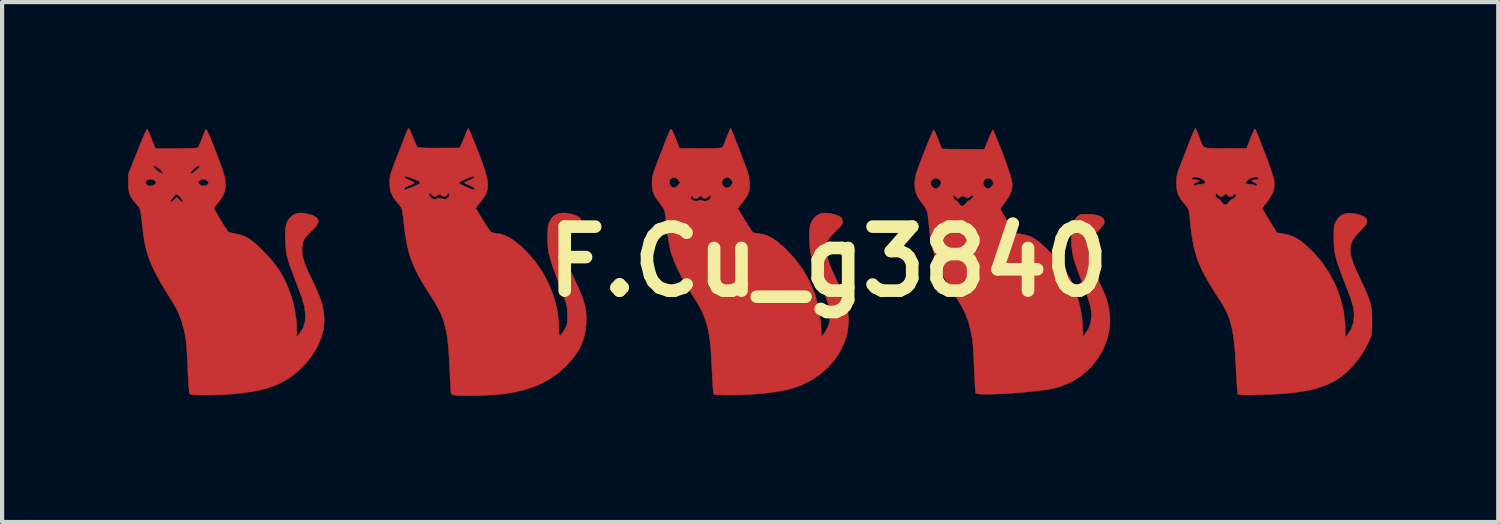
<source format=kicad_pcb>
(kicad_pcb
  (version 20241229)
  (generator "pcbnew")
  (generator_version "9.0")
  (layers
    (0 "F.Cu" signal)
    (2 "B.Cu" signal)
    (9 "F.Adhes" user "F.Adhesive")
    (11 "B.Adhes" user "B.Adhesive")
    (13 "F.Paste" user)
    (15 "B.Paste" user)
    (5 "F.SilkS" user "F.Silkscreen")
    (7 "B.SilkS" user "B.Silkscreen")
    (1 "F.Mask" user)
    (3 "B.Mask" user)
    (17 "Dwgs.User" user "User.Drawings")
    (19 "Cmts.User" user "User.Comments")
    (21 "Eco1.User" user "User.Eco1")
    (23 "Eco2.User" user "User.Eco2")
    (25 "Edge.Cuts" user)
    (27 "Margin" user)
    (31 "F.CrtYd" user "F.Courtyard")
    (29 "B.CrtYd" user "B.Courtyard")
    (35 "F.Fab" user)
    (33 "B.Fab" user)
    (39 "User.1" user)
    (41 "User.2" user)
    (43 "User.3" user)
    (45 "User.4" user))
  (footprint "F.Cu_g3840"
    (layer "F.Cu")
    (at 16.672 3.18)
    (property "Reference" "F.Cu_g3840" (at 0 0 0) (layer "F.SilkS") (effects (font (size 1.524 1.524) (thickness 0.3))))
    (attr through_hole)
    (fp_poly (pts (xy -2.318 -3.156) (xy -2.295 -3.104) (xy -2.262 -3.024) (xy -2.221 -2.923) (xy -2.175 -2.807) (xy -2.126 -2.682) (xy -2.077 -2.555) (xy -2.029 -2.43) (xy -1.987 -2.315) (xy -1.95 -2.216) (xy -1.934 -2.17) (xy -1.895 -2.035) (xy -1.877 -1.91) (xy -1.874 -1.841) (xy -1.877 -1.745) (xy -1.891 -1.666) (xy -1.92 -1.593) (xy -1.969 -1.513) (xy -2.042 -1.417) (xy -2.054 -1.402) (xy -2.16 -1.271) (xy -1.988 -0.99) (xy -1.927 -0.893) (xy -1.873 -0.808) (xy -1.83 -0.743) (xy -1.802 -0.704) (xy -1.795 -0.696) (xy -1.763 -0.686) (xy -1.704 -0.675) (xy -1.659 -0.669) (xy -1.544 -0.649) (xy -1.437 -0.613) (xy -1.331 -0.558) (xy -1.219 -0.48) (xy -1.093 -0.374) (xy -1.021 -0.307) (xy -0.789 -0.061) (xy -0.593 0.208) (xy -0.433 0.497) (xy -0.31 0.805) (xy -0.226 1.13) (xy -0.18 1.47) (xy -0.176 1.533) (xy -0.163 1.785) (xy -0.121 1.734) (xy -0.088 1.686) (xy -0.047 1.618) (xy -0.025 1.577) (xy 0.003 1.518) (xy 0.019 1.462) (xy 0.028 1.394) (xy 0.03 1.302) (xy 0.03 1.281) (xy 0.03 1.223) (xy 0.027 1.171) (xy 0.021 1.119) (xy 0.01 1.063) (xy -0.007 0.998) (xy -0.032 0.919) (xy -0.067 0.82) (xy -0.112 0.696) (xy -0.17 0.544) (xy -0.241 0.356) (xy -0.242 0.353) (xy -0.308 0.177) (xy -0.359 0.032) (xy -0.396 -0.092) (xy -0.422 -0.202) (xy -0.438 -0.308) (xy -0.448 -0.418) (xy -0.452 -0.54) (xy -0.452 -0.55) (xy -0.452 -0.674) (xy -0.448 -0.766) (xy -0.439 -0.835) (xy -0.425 -0.892) (xy -0.417 -0.914) (xy -0.361 -1.015) (xy -0.282 -1.095) (xy -0.191 -1.146) (xy -0.156 -1.156) (xy -0.071 -1.16) (xy 0.034 -1.148) (xy 0.142 -1.125) (xy 0.237 -1.092) (xy 0.25 -1.086) (xy 0.302 -1.054) (xy 0.327 -1.017) (xy 0.335 -0.967) (xy 0.336 -0.928) (xy 0.328 -0.895) (xy 0.306 -0.86) (xy 0.265 -0.814) (xy 0.2 -0.749) (xy 0.184 -0.734) (xy 0.114 -0.663) (xy 0.052 -0.595) (xy 0.009 -0.541) (xy -0.005 -0.519) (xy -0.041 -0.427) (xy -0.056 -0.327) (xy -0.05 -0.216) (xy -0.022 -0.087) (xy 0.028 0.062) (xy 0.102 0.239) (xy 0.169 0.381) (xy 0.257 0.566) (xy 0.326 0.723) (xy 0.379 0.858) (xy 0.418 0.979) (xy 0.447 1.094) (xy 0.467 1.21) (xy 0.468 1.219) (xy 0.48 1.453) (xy 0.453 1.685) (xy 0.387 1.91) (xy 0.287 2.126) (xy 0.154 2.329) (xy -0.008 2.516) (xy -0.199 2.682) (xy -0.414 2.826) (xy -0.652 2.942) (xy -0.794 2.994) (xy -0.935 3.036) (xy -1.088 3.071) (xy -1.26 3.1) (xy -1.461 3.126) (xy -1.627 3.144) (xy -1.742 3.153) (xy -1.874 3.161) (xy -2.016 3.167) (xy -2.161 3.171) (xy -2.303 3.174) (xy -2.434 3.175) (xy -2.549 3.173) (xy -2.64 3.17) (xy -2.701 3.165) (xy -2.723 3.159) (xy -2.732 3.132) (xy -2.742 3.064) (xy -2.751 2.954) (xy -2.76 2.802) (xy -2.77 2.608) (xy -2.772 2.561) (xy -2.783 2.33) (xy -2.795 2.135) (xy -2.809 1.969) (xy -2.826 1.827) (xy -2.846 1.702) (xy -2.87 1.588) (xy -2.9 1.479) (xy -2.914 1.432) (xy -2.951 1.323) (xy -2.992 1.222) (xy -3.041 1.121) (xy -3.102 1.01) (xy -3.181 0.881) (xy -3.26 0.76) (xy -3.387 0.555) (xy -3.502 0.348) (xy -3.603 0.148) (xy -3.683 -0.038) (xy -3.741 -0.203) (xy -3.756 -0.255) (xy -3.781 -0.369) (xy -3.806 -0.506) (xy -3.831 -0.672) (xy -3.856 -0.869) (xy -3.882 -1.104) (xy -3.885 -1.126) (xy -3.895 -1.194) (xy -3.915 -1.25) (xy -3.95 -1.308) (xy -4.005 -1.38) (xy -4.09 -1.493) (xy -4.115 -1.536) (xy -3.281 -1.536) (xy -3.263 -1.487) (xy -3.216 -1.454) (xy -3.153 -1.441) (xy -3.085 -1.453) (xy -3.069 -1.461) (xy -3.029 -1.47) (xy -3.016 -1.461) (xy -2.988 -1.446) (xy -2.937 -1.439) (xy -2.934 -1.439) (xy -2.869 -1.453) (xy -2.822 -1.486) (xy -2.8 -1.531) (xy -2.804 -1.56) (xy -2.817 -1.584) (xy -2.834 -1.575) (xy -2.851 -1.55) (xy -2.892 -1.516) (xy -2.941 -1.503) (xy -2.982 -1.515) (xy -2.998 -1.535) (xy -3.025 -1.563) (xy -3.04 -1.566) (xy -3.074 -1.549) (xy -3.083 -1.535) (xy -3.111 -1.511) (xy -3.154 -1.503) (xy -3.202 -1.513) (xy -3.225 -1.535) (xy -3.248 -1.562) (xy -3.272 -1.561) (xy -3.281 -1.536) (xy -4.115 -1.536) (xy -4.147 -1.59) (xy -4.181 -1.684) (xy -4.197 -1.786) (xy -4.199 -1.864) (xy -3.785 -1.864) (xy -3.764 -1.809) (xy -3.721 -1.771) (xy -3.665 -1.761) (xy -3.617 -1.782) (xy -3.571 -1.824) (xy -3.57 -1.826) (xy -3.527 -1.884) (xy -2.54 -1.884) (xy -2.526 -1.838) (xy -2.498 -1.799) (xy -2.452 -1.767) (xy -2.413 -1.757) (xy -2.367 -1.771) (xy -2.328 -1.799) (xy -2.297 -1.845) (xy -2.286 -1.884) (xy -2.3 -1.93) (xy -2.328 -1.968) (xy -2.374 -2) (xy -2.413 -2.011) (xy -2.459 -1.996) (xy -2.498 -1.968) (xy -2.529 -1.922) (xy -2.54 -1.884) (xy -3.527 -1.884) (xy -3.57 -1.942) (xy -3.626 -1.993) (xy -3.687 -2.006) (xy -3.745 -1.98) (xy -3.748 -1.978) (xy -3.782 -1.925) (xy -3.785 -1.864) (xy -4.199 -1.864) (xy -4.199 -1.873) (xy -4.199 -1.925) (xy -4.195 -1.972) (xy -4.188 -2.019) (xy -4.176 -2.073) (xy -4.156 -2.14) (xy -4.126 -2.224) (xy -4.086 -2.332) (xy -4.033 -2.47) (xy -3.99 -2.582) (xy -3.934 -2.726) (xy -3.882 -2.857) (xy -3.837 -2.97) (xy -3.799 -3.06) (xy -3.772 -3.121) (xy -3.758 -3.149) (xy -3.757 -3.149) (xy -3.743 -3.153) (xy -3.725 -3.132) (xy -3.699 -3.083) (xy -3.664 -3) (xy -3.639 -2.938) (xy -3.545 -2.699) (xy -3.042 -2.697) (xy -2.855 -2.697) (xy -2.71 -2.7) (xy -2.606 -2.704) (xy -2.543 -2.711) (xy -2.522 -2.718) (xy -2.507 -2.746) (xy -2.482 -2.805) (xy -2.45 -2.885) (xy -2.422 -2.958) (xy -2.388 -3.046) (xy -2.358 -3.116) (xy -2.337 -3.162) (xy -2.328 -3.175) (xy -2.318 -3.156)) (stroke (width 0.01) (type solid)) (fill yes) (layer "F.Cu"))
    (fp_poly (pts (xy 3.922 -3.14) (xy 3.933 -3.116) (xy 3.957 -3.058) (xy 3.991 -2.974) (xy 4.033 -2.87) (xy 4.08 -2.753) (xy 4.081 -2.752) (xy 4.163 -2.539) (xy 4.235 -2.346) (xy 4.293 -2.176) (xy 4.338 -2.033) (xy 4.367 -1.919) (xy 4.381 -1.84) (xy 4.381 -1.824) (xy 4.364 -1.7) (xy 4.311 -1.571) (xy 4.221 -1.433) (xy 4.202 -1.409) (xy 4.146 -1.337) (xy 4.114 -1.289) (xy 4.102 -1.256) (xy 4.106 -1.229) (xy 4.111 -1.22) (xy 4.141 -1.166) (xy 4.184 -1.094) (xy 4.236 -1.009) (xy 4.291 -0.921) (xy 4.344 -0.837) (xy 4.391 -0.765) (xy 4.427 -0.712) (xy 4.446 -0.687) (xy 4.447 -0.686) (xy 4.478 -0.677) (xy 4.537 -0.665) (xy 4.607 -0.654) (xy 4.715 -0.632) (xy 4.816 -0.596) (xy 4.917 -0.541) (xy 5.023 -0.464) (xy 5.143 -0.359) (xy 5.252 -0.255) (xy 5.451 -0.042) (xy 5.614 0.169) (xy 5.748 0.386) (xy 5.784 0.455) (xy 5.872 0.659) (xy 5.947 0.89) (xy 6.004 1.131) (xy 6.041 1.37) (xy 6.055 1.583) (xy 6.055 1.789) (xy 6.118 1.715) (xy 6.192 1.6) (xy 6.243 1.46) (xy 6.265 1.312) (xy 6.265 1.285) (xy 6.262 1.205) (xy 6.249 1.119) (xy 6.227 1.021) (xy 6.192 0.905) (xy 6.144 0.764) (xy 6.08 0.595) (xy 6.043 0.498) (xy 5.971 0.311) (xy 5.914 0.157) (xy 5.871 0.027) (xy 5.838 -0.085) (xy 5.815 -0.187) (xy 5.8 -0.285) (xy 5.79 -0.386) (xy 5.784 -0.488) (xy 5.781 -0.653) (xy 5.79 -0.783) (xy 5.811 -0.886) (xy 5.846 -0.969) (xy 5.896 -1.038) (xy 5.916 -1.059) (xy 5.956 -1.095) (xy 5.99 -1.117) (xy 6.032 -1.128) (xy 6.093 -1.132) (xy 6.166 -1.132) (xy 6.31 -1.124) (xy 6.426 -1.099) (xy 6.51 -1.059) (xy 6.56 -1.007) (xy 6.573 -0.943) (xy 6.564 -0.905) (xy 6.541 -0.869) (xy 6.495 -0.815) (xy 6.434 -0.75) (xy 6.403 -0.72) (xy 6.304 -0.615) (xy 6.237 -0.522) (xy 6.198 -0.43) (xy 6.182 -0.331) (xy 6.181 -0.295) (xy 6.186 -0.2) (xy 6.203 -0.102) (xy 6.234 0.006) (xy 6.281 0.131) (xy 6.348 0.28) (xy 6.406 0.401) (xy 6.483 0.561) (xy 6.543 0.691) (xy 6.589 0.801) (xy 6.624 0.898) (xy 6.651 0.991) (xy 6.673 1.087) (xy 6.679 1.118) (xy 6.705 1.359) (xy 6.691 1.602) (xy 6.638 1.842) (xy 6.548 2.074) (xy 6.422 2.295) (xy 6.262 2.498) (xy 6.216 2.546) (xy 6.014 2.722) (xy 5.79 2.862) (xy 5.545 2.966) (xy 5.413 3.005) (xy 5.31 3.027) (xy 5.181 3.049) (xy 5.033 3.069) (xy 4.869 3.088) (xy 4.695 3.106) (xy 4.516 3.121) (xy 4.337 3.134) (xy 4.163 3.145) (xy 3.999 3.152) (xy 3.85 3.156) (xy 3.721 3.156) (xy 3.618 3.153) (xy 3.545 3.145) (xy 3.507 3.132) (xy 3.504 3.127) (xy 3.5 3.1) (xy 3.496 3.036) (xy 3.491 2.941) (xy 3.484 2.822) (xy 3.478 2.683) (xy 3.471 2.531) (xy 3.471 2.529) (xy 3.463 2.333) (xy 3.455 2.172) (xy 3.446 2.039) (xy 3.436 1.928) (xy 3.424 1.831) (xy 3.409 1.741) (xy 3.39 1.653) (xy 3.367 1.557) (xy 3.354 1.507) (xy 3.317 1.382) (xy 3.273 1.264) (xy 3.216 1.143) (xy 3.143 1.011) (xy 3.05 0.858) (xy 3.001 0.783) (xy 2.852 0.546) (xy 2.729 0.33) (xy 2.63 0.126) (xy 2.552 -0.073) (xy 2.491 -0.276) (xy 2.445 -0.492) (xy 2.409 -0.729) (xy 2.393 -0.878) (xy 2.379 -1.008) (xy 2.368 -1.104) (xy 2.355 -1.176) (xy 2.338 -1.231) (xy 2.314 -1.278) (xy 2.281 -1.326) (xy 2.236 -1.384) (xy 2.233 -1.388) (xy 2.147 -1.508) (xy 2.125 -1.551) (xy 2.967 -1.551) (xy 2.983 -1.51) (xy 3.011 -1.474) (xy 3.036 -1.46) (xy 3.067 -1.443) (xy 3.098 -1.402) (xy 3.1 -1.399) (xy 3.143 -1.341) (xy 3.192 -1.325) (xy 3.243 -1.351) (xy 3.289 -1.407) (xy 3.321 -1.445) (xy 3.348 -1.46) (xy 3.387 -1.476) (xy 3.426 -1.512) (xy 3.449 -1.551) (xy 3.45 -1.559) (xy 3.438 -1.585) (xy 3.406 -1.578) (xy 3.364 -1.544) (xy 3.329 -1.515) (xy 3.3 -1.515) (xy 3.27 -1.533) (xy 3.214 -1.562) (xy 3.173 -1.559) (xy 3.14 -1.535) (xy 3.103 -1.507) (xy 3.069 -1.512) (xy 3.028 -1.549) (xy 2.994 -1.577) (xy 2.971 -1.581) (xy 2.971 -1.581) (xy 2.967 -1.551) (xy 2.125 -1.551) (xy 2.091 -1.618) (xy 2.062 -1.731) (xy 2.056 -1.86) (xy 2.058 -1.901) (xy 2.439 -1.901) (xy 2.439 -1.841) (xy 2.469 -1.786) (xy 2.523 -1.748) (xy 2.567 -1.737) (xy 2.592 -1.75) (xy 2.631 -1.782) (xy 2.636 -1.788) (xy 2.678 -1.84) (xy 2.678 -1.843) (xy 3.689 -1.843) (xy 3.718 -1.786) (xy 3.725 -1.778) (xy 3.777 -1.742) (xy 3.826 -1.744) (xy 3.883 -1.785) (xy 3.886 -1.789) (xy 3.924 -1.849) (xy 3.92 -1.91) (xy 3.878 -1.963) (xy 3.819 -1.99) (xy 3.763 -1.983) (xy 3.718 -1.95) (xy 3.691 -1.901) (xy 3.689 -1.843) (xy 2.678 -1.843) (xy 2.684 -1.886) (xy 2.656 -1.941) (xy 2.655 -1.943) (xy 2.606 -1.981) (xy 2.542 -1.987) (xy 2.481 -1.961) (xy 2.473 -1.955) (xy 2.439 -1.901) (xy 2.058 -1.901) (xy 2.058 -1.901) (xy 2.062 -1.954) (xy 2.069 -2.006) (xy 2.082 -2.063) (xy 2.101 -2.13) (xy 2.13 -2.214) (xy 2.169 -2.321) (xy 2.22 -2.456) (xy 2.277 -2.601) (xy 2.333 -2.742) (xy 2.385 -2.869) (xy 2.43 -2.977) (xy 2.467 -3.06) (xy 2.494 -3.115) (xy 2.508 -3.135) (xy 2.508 -3.135) (xy 2.524 -3.115) (xy 2.55 -3.064) (xy 2.582 -2.989) (xy 2.611 -2.916) (xy 2.645 -2.827) (xy 2.676 -2.754) (xy 2.699 -2.704) (xy 2.709 -2.688) (xy 2.734 -2.685) (xy 2.796 -2.683) (xy 2.887 -2.68) (xy 3.003 -2.679) (xy 3.136 -2.678) (xy 3.221 -2.678) (xy 3.715 -2.678) (xy 3.812 -2.919) (xy 3.851 -3.009) (xy 3.884 -3.08) (xy 3.908 -3.127) (xy 3.921 -3.141) (xy 3.922 -3.14)) (stroke (width 0.01) (type solid)) (fill yes) (layer "F.Cu"))
    (fp_poly (pts (xy -14.806 -3.146) (xy -14.782 -3.099) (xy -14.748 -3.023) (xy -14.706 -2.926) (xy -14.66 -2.812) (xy -14.61 -2.688) (xy -14.56 -2.56) (xy -14.512 -2.433) (xy -14.468 -2.313) (xy -14.43 -2.207) (xy -14.416 -2.162) (xy -14.368 -1.985) (xy -14.352 -1.83) (xy -14.368 -1.692) (xy -14.418 -1.563) (xy -14.502 -1.438) (xy -14.539 -1.394) (xy -14.585 -1.338) (xy -14.616 -1.294) (xy -14.626 -1.272) (xy -14.616 -1.246) (xy -14.587 -1.193) (xy -14.546 -1.12) (xy -14.496 -1.035) (xy -14.443 -0.947) (xy -14.391 -0.863) (xy -14.345 -0.791) (xy -14.31 -0.74) (xy -14.295 -0.72) (xy -14.26 -0.701) (xy -14.197 -0.681) (xy -14.119 -0.664) (xy -14.116 -0.664) (xy -14.009 -0.641) (xy -13.913 -0.609) (xy -13.822 -0.564) (xy -13.729 -0.501) (xy -13.626 -0.415) (xy -13.506 -0.301) (xy -13.47 -0.266) (xy -13.295 -0.082) (xy -13.152 0.093) (xy -13.033 0.269) (xy -12.932 0.456) (xy -12.887 0.555) (xy -12.783 0.835) (xy -12.709 1.123) (xy -12.666 1.408) (xy -12.657 1.598) (xy -12.656 1.789) (xy -12.593 1.715) (xy -12.508 1.584) (xy -12.46 1.432) (xy -12.449 1.259) (xy -12.475 1.066) (xy -12.536 0.857) (xy -12.572 0.757) (xy -12.618 0.632) (xy -12.669 0.497) (xy -12.718 0.365) (xy -12.729 0.338) (xy -12.789 0.178) (xy -12.835 0.048) (xy -12.869 -0.06) (xy -12.893 -0.156) (xy -12.909 -0.249) (xy -12.919 -0.347) (xy -12.926 -0.459) (xy -12.927 -0.504) (xy -12.93 -0.659) (xy -12.925 -0.78) (xy -12.911 -0.874) (xy -12.885 -0.95) (xy -12.846 -1.014) (xy -12.807 -1.059) (xy -12.728 -1.123) (xy -12.636 -1.156) (xy -12.524 -1.159) (xy -12.447 -1.148) (xy -12.309 -1.115) (xy -12.213 -1.073) (xy -12.157 -1.022) (xy -12.142 -0.96) (xy -12.168 -0.886) (xy -12.233 -0.8) (xy -12.311 -0.724) (xy -12.407 -0.629) (xy -12.472 -0.544) (xy -12.511 -0.457) (xy -12.528 -0.359) (xy -12.531 -0.29) (xy -12.525 -0.194) (xy -12.507 -0.092) (xy -12.473 0.021) (xy -12.423 0.152) (xy -12.354 0.306) (xy -12.28 0.457) (xy -12.181 0.666) (xy -12.106 0.851) (xy -12.053 1.017) (xy -12.02 1.174) (xy -12.004 1.329) (xy -12.002 1.417) (xy -12.022 1.619) (xy -12.08 1.826) (xy -12.172 2.034) (xy -12.296 2.237) (xy -12.447 2.429) (xy -12.623 2.605) (xy -12.765 2.719) (xy -12.923 2.824) (xy -13.093 2.913) (xy -13.279 2.986) (xy -13.487 3.046) (xy -13.722 3.094) (xy -13.989 3.131) (xy -14.213 3.153) (xy -14.326 3.161) (xy -14.455 3.167) (xy -14.591 3.171) (xy -14.73 3.173) (xy -14.862 3.174) (xy -14.982 3.172) (xy -15.082 3.169) (xy -15.155 3.164) (xy -15.193 3.157) (xy -15.196 3.156) (xy -15.205 3.141) (xy -15.214 3.106) (xy -15.222 3.049) (xy -15.229 2.964) (xy -15.237 2.847) (xy -15.245 2.696) (xy -15.252 2.547) (xy -15.261 2.356) (xy -15.269 2.201) (xy -15.277 2.075) (xy -15.284 1.974) (xy -15.292 1.889) (xy -15.302 1.816) (xy -15.314 1.748) (xy -15.329 1.679) (xy -15.347 1.602) (xy -15.358 1.559) (xy -15.401 1.409) (xy -15.452 1.268) (xy -15.518 1.127) (xy -15.603 0.976) (xy -15.711 0.804) (xy -15.718 0.794) (xy -15.792 0.675) (xy -15.875 0.535) (xy -15.957 0.39) (xy -16.028 0.257) (xy -16.034 0.243) (xy -16.118 0.067) (xy -16.185 -0.101) (xy -16.237 -0.272) (xy -16.278 -0.455) (xy -16.31 -0.663) (xy -16.33 -0.826) (xy -16.345 -0.971) (xy -16.358 -1.081) (xy -16.37 -1.163) (xy -16.383 -1.223) (xy -16.398 -1.267) (xy -16.418 -1.303) (xy -16.445 -1.337) (xy -16.479 -1.376) (xy -16.479 -1.377) (xy -16.539 -1.449) (xy -15.661 -1.449) (xy -15.661 -1.423) (xy -15.649 -1.418) (xy -15.625 -1.432) (xy -15.586 -1.465) (xy -15.575 -1.475) (xy -15.515 -1.532) (xy -15.456 -1.475) (xy -15.414 -1.439) (xy -15.385 -1.419) (xy -15.382 -1.418) (xy -15.366 -1.431) (xy -15.377 -1.466) (xy -15.412 -1.514) (xy -15.441 -1.545) (xy -15.515 -1.617) (xy -15.589 -1.545) (xy -15.636 -1.492) (xy -15.661 -1.449) (xy -16.539 -1.449) (xy -16.561 -1.475) (xy -16.616 -1.56) (xy -16.648 -1.645) (xy -16.664 -1.743) (xy -16.667 -1.868) (xy -16.667 -1.873) (xy -16.667 -1.884) (xy -16.256 -1.884) (xy -16.238 -1.839) (xy -16.193 -1.81) (xy -16.135 -1.801) (xy -16.075 -1.813) (xy -16.034 -1.841) (xy -16.008 -1.875) (xy -16.011 -1.893) (xy -15.001 -1.893) (xy -14.997 -1.868) (xy -14.975 -1.841) (xy -14.92 -1.808) (xy -14.854 -1.802) (xy -14.795 -1.825) (xy -14.786 -1.832) (xy -14.758 -1.867) (xy -14.761 -1.895) (xy -14.788 -1.93) (xy -14.843 -1.962) (xy -14.909 -1.964) (xy -14.968 -1.934) (xy -14.975 -1.926) (xy -15.001 -1.893) (xy -16.011 -1.893) (xy -16.012 -1.9) (xy -16.034 -1.926) (xy -16.084 -1.958) (xy -16.144 -1.967) (xy -16.201 -1.954) (xy -16.243 -1.923) (xy -16.256 -1.884) (xy -16.667 -1.884) (xy -16.666 -2.085) (xy -16.591 -2.275) (xy -16.066 -2.275) (xy -16.055 -2.244) (xy -16.018 -2.202) (xy -15.975 -2.166) (xy -15.915 -2.122) (xy -15.878 -2.101) (xy -15.857 -2.101) (xy -15.844 -2.115) (xy -15.186 -2.115) (xy -15.172 -2.1) (xy -15.152 -2.101) (xy -15.118 -2.123) (xy -15.061 -2.168) (xy -15.057 -2.171) (xy -14.994 -2.228) (xy -14.967 -2.266) (xy -14.975 -2.284) (xy -14.989 -2.286) (xy -15.02 -2.273) (xy -15.066 -2.242) (xy -15.116 -2.201) (xy -15.158 -2.16) (xy -15.184 -2.127) (xy -15.186 -2.115) (xy -15.844 -2.115) (xy -15.844 -2.115) (xy -15.853 -2.136) (xy -15.887 -2.172) (xy -15.934 -2.213) (xy -15.985 -2.252) (xy -16.027 -2.279) (xy -16.047 -2.286) (xy -16.066 -2.275) (xy -16.591 -2.275) (xy -16.456 -2.618) (xy -16.399 -2.759) (xy -16.347 -2.886) (xy -16.302 -2.994) (xy -16.264 -3.078) (xy -16.238 -3.134) (xy -16.224 -3.155) (xy -16.224 -3.155) (xy -16.207 -3.138) (xy -16.182 -3.09) (xy -16.152 -3.022) (xy -16.145 -3.002) (xy -16.111 -2.916) (xy -16.079 -2.834) (xy -16.054 -2.773) (xy -16.053 -2.77) (xy -16.019 -2.694) (xy -15.529 -2.694) (xy -15.38 -2.695) (xy -15.249 -2.697) (xy -15.142 -2.701) (xy -15.064 -2.706) (xy -15.02 -2.711) (xy -15.013 -2.714) (xy -14.995 -2.741) (xy -14.968 -2.799) (xy -14.934 -2.878) (xy -14.91 -2.939) (xy -14.876 -3.026) (xy -14.846 -3.098) (xy -14.825 -3.145) (xy -14.817 -3.16) (xy -14.806 -3.146)) (stroke (width 0.01) (type solid)) (fill yes) (layer "F.Cu"))
    (fp_poly (pts (xy 8.751 -3.156) (xy 8.774 -3.106) (xy 8.804 -3.033) (xy 8.824 -2.979) (xy 8.855 -2.892) (xy 8.879 -2.825) (xy 8.903 -2.775) (xy 8.931 -2.74) (xy 8.971 -2.717) (xy 9.026 -2.704) (xy 9.103 -2.698) (xy 9.207 -2.697) (xy 9.345 -2.697) (xy 9.453 -2.698) (xy 9.958 -2.699) (xy 10.051 -2.938) (xy 10.088 -3.028) (xy 10.121 -3.1) (xy 10.146 -3.147) (xy 10.16 -3.161) (xy 10.161 -3.16) (xy 10.173 -3.135) (xy 10.199 -3.077) (xy 10.233 -2.991) (xy 10.275 -2.886) (xy 10.322 -2.767) (xy 10.37 -2.641) (xy 10.419 -2.514) (xy 10.464 -2.393) (xy 10.504 -2.285) (xy 10.535 -2.195) (xy 10.551 -2.148) (xy 10.579 -2.057) (xy 10.603 -1.969) (xy 10.617 -1.901) (xy 10.619 -1.892) (xy 10.615 -1.764) (xy 10.573 -1.628) (xy 10.492 -1.486) (xy 10.446 -1.425) (xy 10.394 -1.359) (xy 10.354 -1.306) (xy 10.332 -1.274) (xy 10.33 -1.268) (xy 10.34 -1.247) (xy 10.369 -1.196) (xy 10.413 -1.122) (xy 10.468 -1.032) (xy 10.504 -0.973) (xy 10.679 -0.69) (xy 10.827 -0.665) (xy 10.95 -0.639) (xy 11.062 -0.6) (xy 11.168 -0.545) (xy 11.278 -0.469) (xy 11.396 -0.368) (xy 11.532 -0.237) (xy 11.551 -0.218) (xy 11.758 0.022) (xy 11.935 0.287) (xy 12.081 0.572) (xy 12.192 0.872) (xy 12.267 1.18) (xy 12.303 1.491) (xy 12.305 1.573) (xy 12.308 1.801) (xy 12.358 1.742) (xy 12.449 1.601) (xy 12.502 1.442) (xy 12.517 1.291) (xy 12.515 1.22) (xy 12.508 1.15) (xy 12.495 1.077) (xy 12.473 0.994) (xy 12.442 0.894) (xy 12.398 0.772) (xy 12.341 0.622) (xy 12.297 0.507) (xy 12.225 0.321) (xy 12.168 0.167) (xy 12.123 0.039) (xy 12.09 -0.069) (xy 12.066 -0.166) (xy 12.051 -0.256) (xy 12.041 -0.347) (xy 12.037 -0.446) (xy 12.035 -0.55) (xy 12.035 -0.673) (xy 12.037 -0.763) (xy 12.042 -0.827) (xy 12.051 -0.876) (xy 12.065 -0.918) (xy 12.082 -0.957) (xy 12.152 -1.059) (xy 12.245 -1.125) (xy 12.36 -1.155) (xy 12.498 -1.151) (xy 12.542 -1.143) (xy 12.671 -1.109) (xy 12.76 -1.068) (xy 12.811 -1.019) (xy 12.826 -0.959) (xy 12.818 -0.914) (xy 12.798 -0.882) (xy 12.754 -0.829) (xy 12.694 -0.762) (xy 12.637 -0.703) (xy 12.552 -0.61) (xy 12.488 -0.521) (xy 12.446 -0.431) (xy 12.426 -0.335) (xy 12.427 -0.229) (xy 12.451 -0.108) (xy 12.497 0.034) (xy 12.565 0.202) (xy 12.656 0.399) (xy 12.668 0.423) (xy 12.749 0.595) (xy 12.812 0.736) (xy 12.86 0.855) (xy 12.895 0.959) (xy 12.919 1.056) (xy 12.933 1.153) (xy 12.941 1.258) (xy 12.943 1.379) (xy 12.943 1.418) (xy 12.943 1.539) (xy 12.941 1.628) (xy 12.935 1.694) (xy 12.925 1.748) (xy 12.909 1.8) (xy 12.886 1.858) (xy 12.874 1.886) (xy 12.769 2.093) (xy 12.636 2.296) (xy 12.485 2.484) (xy 12.322 2.647) (xy 12.2 2.744) (xy 12.057 2.836) (xy 11.904 2.915) (xy 11.736 2.981) (xy 11.55 3.036) (xy 11.341 3.081) (xy 11.105 3.116) (xy 10.839 3.142) (xy 10.538 3.159) (xy 10.264 3.169) (xy 10.09 3.172) (xy 9.956 3.174) (xy 9.858 3.172) (xy 9.792 3.168) (xy 9.757 3.162) (xy 9.749 3.157) (xy 9.744 3.13) (xy 9.738 3.067) (xy 9.731 2.972) (xy 9.723 2.852) (xy 9.715 2.711) (xy 9.707 2.556) (xy 9.705 2.512) (xy 9.689 2.239) (xy 9.67 2.003) (xy 9.646 1.798) (xy 9.616 1.619) (xy 9.578 1.46) (xy 9.53 1.315) (xy 9.472 1.179) (xy 9.402 1.046) (xy 9.318 0.912) (xy 9.287 0.866) (xy 9.178 0.698) (xy 9.067 0.515) (xy 8.964 0.333) (xy 8.895 0.201) (xy 8.818 0.03) (xy 8.755 -0.15) (xy 8.703 -0.346) (xy 8.662 -0.566) (xy 8.628 -0.817) (xy 8.614 -0.953) (xy 8.604 -1.053) (xy 8.594 -1.14) (xy 8.586 -1.204) (xy 8.58 -1.233) (xy 8.562 -1.267) (xy 8.523 -1.321) (xy 8.476 -1.38) (xy 8.391 -1.487) (xy 8.338 -1.579) (xy 9.216 -1.579) (xy 9.234 -1.537) (xy 9.272 -1.502) (xy 9.292 -1.492) (xy 9.332 -1.465) (xy 9.367 -1.417) (xy 9.367 -1.417) (xy 9.41 -1.366) (xy 9.461 -1.354) (xy 9.509 -1.38) (xy 9.534 -1.416) (xy 9.573 -1.463) (xy 9.619 -1.49) (xy 9.667 -1.515) (xy 9.699 -1.554) (xy 9.708 -1.594) (xy 9.698 -1.613) (xy 9.672 -1.617) (xy 9.649 -1.59) (xy 9.611 -1.557) (xy 9.564 -1.546) (xy 9.524 -1.559) (xy 9.511 -1.577) (xy 9.483 -1.604) (xy 9.461 -1.609) (xy 9.423 -1.593) (xy 9.412 -1.577) (xy 9.383 -1.55) (xy 9.337 -1.548) (xy 9.292 -1.57) (xy 9.274 -1.59) (xy 9.245 -1.62) (xy 9.225 -1.613) (xy 9.216 -1.579) (xy 8.338 -1.579) (xy 8.335 -1.583) (xy 8.303 -1.68) (xy 8.289 -1.792) (xy 8.287 -1.873) (xy 8.288 -1.937) (xy 8.29 -1.977) (xy 8.657 -1.977) (xy 8.676 -1.955) (xy 8.733 -1.947) (xy 8.738 -1.947) (xy 8.804 -1.943) (xy 8.832 -1.931) (xy 8.821 -1.913) (xy 8.78 -1.896) (xy 8.731 -1.87) (xy 8.704 -1.839) (xy 8.703 -1.836) (xy 8.71 -1.805) (xy 8.734 -1.802) (xy 8.752 -1.82) (xy 8.78 -1.833) (xy 8.834 -1.841) (xy 8.86 -1.841) (xy 8.932 -1.85) (xy 8.96 -1.869) (xy 9.935 -1.869) (xy 9.936 -1.865) (xy 9.965 -1.851) (xy 10.019 -1.842) (xy 10.044 -1.841) (xy 10.103 -1.837) (xy 10.143 -1.825) (xy 10.15 -1.819) (xy 10.178 -1.804) (xy 10.204 -1.819) (xy 10.209 -1.831) (xy 10.195 -1.853) (xy 10.154 -1.879) (xy 10.145 -1.884) (xy 10.092 -1.912) (xy 10.081 -1.932) (xy 10.111 -1.945) (xy 10.165 -1.951) (xy 10.224 -1.962) (xy 10.247 -1.98) (xy 10.231 -2.002) (xy 10.205 -2.014) (xy 10.156 -2.017) (xy 10.095 -2.002) (xy 10.031 -1.974) (xy 9.977 -1.938) (xy 9.941 -1.901) (xy 9.935 -1.869) (xy 8.96 -1.869) (xy 8.969 -1.874) (xy 8.968 -1.909) (xy 8.93 -1.95) (xy 8.868 -1.986) (xy 8.799 -2.009) (xy 8.734 -2.017) (xy 8.684 -2.01) (xy 8.658 -1.986) (xy 8.657 -1.977) (xy 8.29 -1.977) (xy 8.291 -1.992) (xy 8.298 -2.043) (xy 8.311 -2.099) (xy 8.333 -2.167) (xy 8.364 -2.254) (xy 8.407 -2.367) (xy 8.454 -2.487) (xy 8.526 -2.671) (xy 8.584 -2.818) (xy 8.629 -2.934) (xy 8.665 -3.022) (xy 8.691 -3.086) (xy 8.71 -3.129) (xy 8.722 -3.156) (xy 8.731 -3.17) (xy 8.737 -3.175) (xy 8.739 -3.175) (xy 8.751 -3.156)) (stroke (width 0.01) (type solid)) (fill yes) (layer "F.Cu"))
    (fp_poly (pts (xy -8.56 -3.156) (xy -8.536 -3.104) (xy -8.501 -3.024) (xy -8.459 -2.921) (xy -8.411 -2.803) (xy -8.397 -2.768) (xy -8.308 -2.54) (xy -8.236 -2.346) (xy -8.179 -2.183) (xy -8.14 -2.044) (xy -8.116 -1.926) (xy -8.108 -1.825) (xy -8.115 -1.735) (xy -8.139 -1.652) (xy -8.177 -1.572) (xy -8.23 -1.49) (xy -8.299 -1.401) (xy -8.338 -1.354) (xy -8.4 -1.279) (xy -8.233 -1.005) (xy -8.172 -0.907) (xy -8.116 -0.821) (xy -8.069 -0.753) (xy -8.038 -0.712) (xy -8.029 -0.704) (xy -7.982 -0.685) (xy -7.927 -0.677) (xy -7.788 -0.657) (xy -7.638 -0.597) (xy -7.476 -0.496) (xy -7.303 -0.355) (xy -7.195 -0.252) (xy -6.985 -0.013) (xy -6.804 0.25) (xy -6.655 0.532) (xy -6.539 0.828) (xy -6.46 1.133) (xy -6.419 1.44) (xy -6.413 1.594) (xy -6.413 1.683) (xy -6.411 1.737) (xy -6.405 1.762) (xy -6.393 1.764) (xy -6.375 1.75) (xy -6.374 1.749) (xy -6.343 1.711) (xy -6.302 1.651) (xy -6.274 1.603) (xy -6.246 1.55) (xy -6.228 1.503) (xy -6.218 1.451) (xy -6.214 1.381) (xy -6.214 1.283) (xy -6.214 1.27) (xy -6.214 1.212) (xy -6.215 1.164) (xy -6.217 1.119) (xy -6.223 1.075) (xy -6.234 1.026) (xy -6.25 0.967) (xy -6.274 0.894) (xy -6.307 0.802) (xy -6.349 0.687) (xy -6.404 0.543) (xy -6.471 0.367) (xy -6.505 0.275) (xy -6.55 0.153) (xy -6.592 0.029) (xy -6.626 -0.084) (xy -6.651 -0.173) (xy -6.655 -0.195) (xy -6.673 -0.311) (xy -6.684 -0.444) (xy -6.688 -0.581) (xy -6.685 -0.711) (xy -6.675 -0.823) (xy -6.658 -0.906) (xy -6.656 -0.912) (xy -6.598 -1.027) (xy -6.517 -1.107) (xy -6.413 -1.152) (xy -6.284 -1.163) (xy -6.132 -1.139) (xy -6.066 -1.121) (xy -5.967 -1.081) (xy -5.908 -1.034) (xy -5.887 -0.977) (xy -5.906 -0.909) (xy -5.963 -0.828) (xy -6.059 -0.732) (xy -6.067 -0.725) (xy -6.17 -0.623) (xy -6.238 -0.527) (xy -6.275 -0.426) (xy -6.286 -0.313) (xy -6.287 -0.31) (xy -6.284 -0.234) (xy -6.276 -0.162) (xy -6.259 -0.087) (xy -6.231 -0.002) (xy -6.191 0.099) (xy -6.136 0.224) (xy -6.064 0.378) (xy -6.051 0.404) (xy -5.959 0.602) (xy -5.887 0.77) (xy -5.834 0.917) (xy -5.796 1.05) (xy -5.774 1.174) (xy -5.763 1.299) (xy -5.763 1.43) (xy -5.764 1.45) (xy -5.787 1.67) (xy -5.839 1.873) (xy -5.923 2.064) (xy -6.043 2.25) (xy -6.201 2.439) (xy -6.214 2.452) (xy -6.422 2.645) (xy -6.655 2.807) (xy -6.915 2.939) (xy -7.204 3.042) (xy -7.523 3.116) (xy -7.552 3.121) (xy -7.726 3.146) (xy -7.928 3.166) (xy -8.145 3.181) (xy -8.364 3.19) (xy -8.575 3.193) (xy -8.765 3.188) (xy -8.884 3.181) (xy -8.951 3.167) (xy -8.982 3.14) (xy -8.983 3.137) (xy -8.986 3.107) (xy -8.991 3.04) (xy -8.997 2.943) (xy -9.003 2.822) (xy -9.01 2.682) (xy -9.017 2.529) (xy -9.03 2.265) (xy -9.046 2.038) (xy -9.067 1.84) (xy -9.095 1.666) (xy -9.131 1.509) (xy -9.176 1.364) (xy -9.234 1.224) (xy -9.305 1.084) (xy -9.39 0.936) (xy -9.49 0.778) (xy -9.636 0.549) (xy -9.755 0.341) (xy -9.852 0.148) (xy -9.93 -0.041) (xy -9.991 -0.234) (xy -10.038 -0.44) (xy -10.076 -0.667) (xy -10.107 -0.917) (xy -10.12 -1.032) (xy -10.134 -1.134) (xy -10.147 -1.215) (xy -10.159 -1.267) (xy -10.163 -1.277) (xy -10.191 -1.319) (xy -10.236 -1.375) (xy -10.264 -1.408) (xy -10.355 -1.524) (xy -10.399 -1.615) (xy -9.504 -1.615) (xy -9.498 -1.58) (xy -9.474 -1.538) (xy -9.461 -1.524) (xy -9.405 -1.487) (xy -9.345 -1.489) (xy -9.311 -1.504) (xy -9.26 -1.515) (xy -9.198 -1.5) (xy -9.143 -1.486) (xy -9.101 -1.494) (xy -9.072 -1.51) (xy -9.033 -1.549) (xy -9.017 -1.588) (xy -9.027 -1.624) (xy -9.051 -1.624) (xy -9.08 -1.589) (xy -9.081 -1.587) (xy -9.119 -1.552) (xy -9.169 -1.55) (xy -9.207 -1.577) (xy -9.242 -1.604) (xy -9.26 -1.609) (xy -9.295 -1.594) (xy -9.313 -1.577) (xy -9.357 -1.548) (xy -9.405 -1.56) (xy -9.435 -1.587) (xy -9.467 -1.619) (xy -9.487 -1.63) (xy -9.504 -1.615) (xy -10.399 -1.615) (xy -10.412 -1.641) (xy -10.433 -1.741) (xy -10.097 -1.741) (xy -10.094 -1.724) (xy -10.082 -1.717) (xy -10.052 -1.723) (xy -9.998 -1.741) (xy -9.913 -1.774) (xy -9.91 -1.775) (xy -9.81 -1.816) (xy -9.748 -1.849) (xy -9.721 -1.875) (xy -8.794 -1.875) (xy -8.783 -1.857) (xy -8.743 -1.835) (xy -8.688 -1.81) (xy -8.615 -1.778) (xy -8.552 -1.751) (xy -8.52 -1.736) (xy -8.459 -1.717) (xy -8.428 -1.727) (xy -8.424 -1.744) (xy -8.443 -1.766) (xy -8.491 -1.795) (xy -8.553 -1.821) (xy -8.615 -1.847) (xy -8.655 -1.871) (xy -8.664 -1.885) (xy -8.635 -1.902) (xy -8.582 -1.927) (xy -8.542 -1.943) (xy -8.478 -1.972) (xy -8.437 -2) (xy -8.424 -2.022) (xy -8.444 -2.032) (xy -8.451 -2.032) (xy -8.491 -2.023) (xy -8.556 -2.001) (xy -8.631 -1.971) (xy -8.703 -1.938) (xy -8.76 -1.909) (xy -8.783 -1.893) (xy -8.794 -1.875) (xy -9.721 -1.875) (xy -9.72 -1.876) (xy -9.723 -1.898) (xy -9.727 -1.902) (xy -9.76 -1.921) (xy -9.819 -1.947) (xy -9.893 -1.977) (xy -9.968 -2.004) (xy -10.03 -2.024) (xy -10.067 -2.032) (xy -10.067 -2.032) (xy -10.094 -2.024) (xy -10.088 -2.005) (xy -10.052 -1.977) (xy -9.99 -1.948) (xy -9.979 -1.943) (xy -9.917 -1.917) (xy -9.871 -1.894) (xy -9.857 -1.885) (xy -9.865 -1.869) (xy -9.905 -1.845) (xy -9.968 -1.818) (xy -10.034 -1.788) (xy -10.08 -1.76) (xy -10.097 -1.741) (xy -10.433 -1.741) (xy -10.439 -1.772) (xy -10.444 -1.884) (xy -10.443 -1.944) (xy -10.439 -1.996) (xy -10.431 -2.047) (xy -10.417 -2.104) (xy -10.395 -2.174) (xy -10.362 -2.264) (xy -10.318 -2.38) (xy -10.267 -2.508) (xy -10.214 -2.644) (xy -10.163 -2.774) (xy -10.118 -2.89) (xy -10.081 -2.984) (xy -10.056 -3.049) (xy -10.051 -3.064) (xy -10.025 -3.125) (xy -10.002 -3.165) (xy -9.991 -3.175) (xy -9.976 -3.156) (xy -9.951 -3.106) (xy -9.92 -3.033) (xy -9.894 -2.969) (xy -9.859 -2.88) (xy -9.826 -2.804) (xy -9.8 -2.751) (xy -9.789 -2.734) (xy -9.771 -2.724) (xy -9.735 -2.717) (xy -9.675 -2.712) (xy -9.588 -2.708) (xy -9.469 -2.706) (xy -9.312 -2.706) (xy -9.284 -2.706) (xy -9.145 -2.707) (xy -9.021 -2.707) (xy -8.916 -2.707) (xy -8.838 -2.708) (xy -8.794 -2.708) (xy -8.785 -2.708) (xy -8.771 -2.727) (xy -8.745 -2.778) (xy -8.711 -2.853) (xy -8.675 -2.942) (xy -8.639 -3.033) (xy -8.608 -3.107) (xy -8.584 -3.157) (xy -8.572 -3.175) (xy -8.56 -3.156)) (stroke (width 0.01) (type solid)) (fill yes) (layer "F.Cu")))
  (gr_rect
    (start -3 -3)
    (end 32.621 9.378)
    (stroke (width 0.1) (type default))
    (fill no)
    (layer "Edge.Cuts")))
</source>
